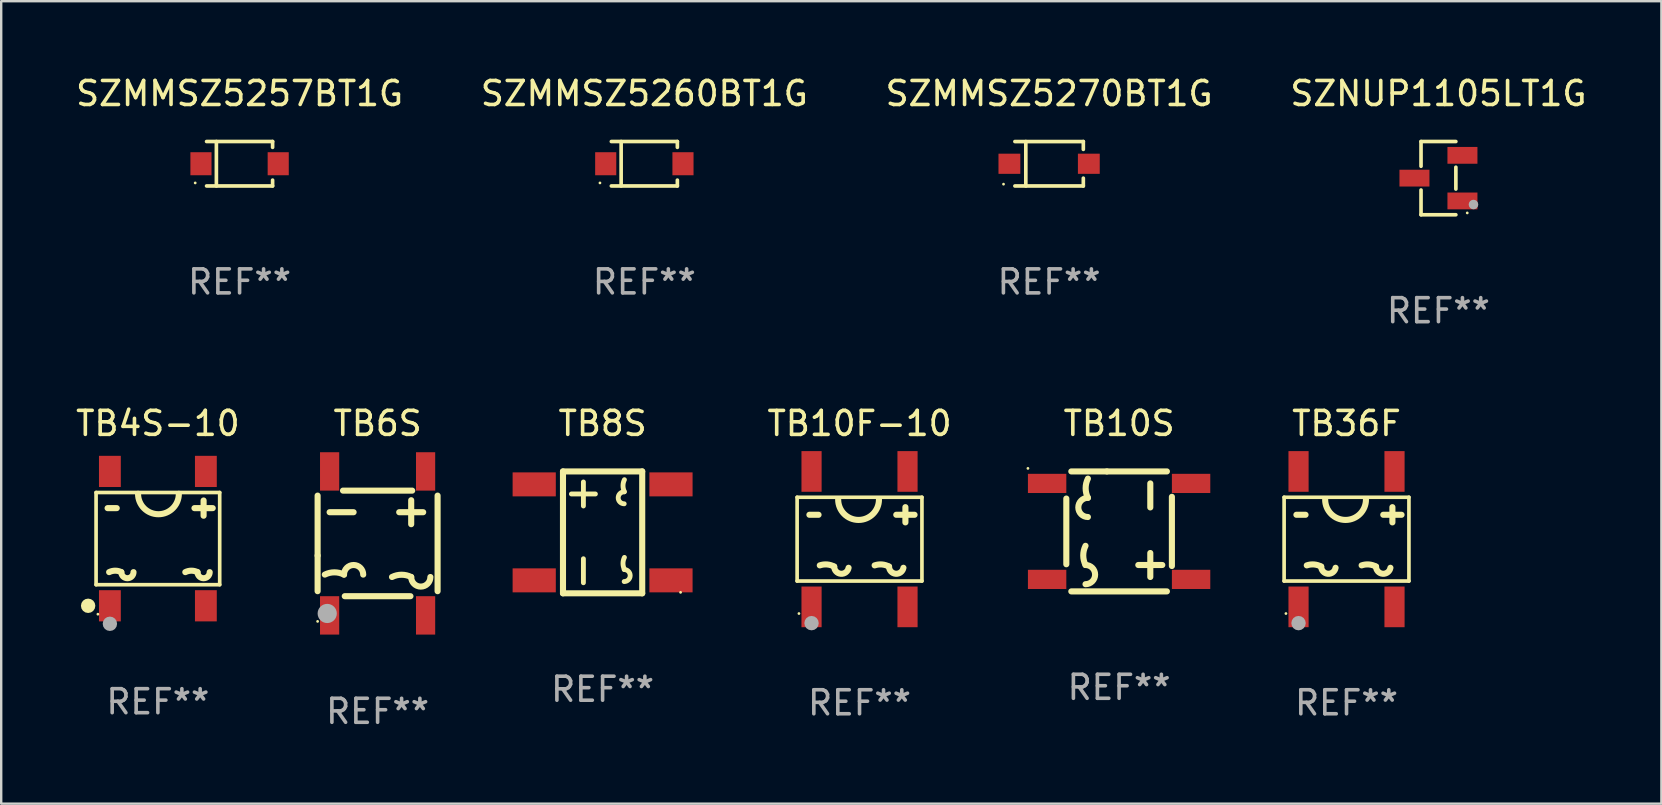
<source format=kicad_pcb>
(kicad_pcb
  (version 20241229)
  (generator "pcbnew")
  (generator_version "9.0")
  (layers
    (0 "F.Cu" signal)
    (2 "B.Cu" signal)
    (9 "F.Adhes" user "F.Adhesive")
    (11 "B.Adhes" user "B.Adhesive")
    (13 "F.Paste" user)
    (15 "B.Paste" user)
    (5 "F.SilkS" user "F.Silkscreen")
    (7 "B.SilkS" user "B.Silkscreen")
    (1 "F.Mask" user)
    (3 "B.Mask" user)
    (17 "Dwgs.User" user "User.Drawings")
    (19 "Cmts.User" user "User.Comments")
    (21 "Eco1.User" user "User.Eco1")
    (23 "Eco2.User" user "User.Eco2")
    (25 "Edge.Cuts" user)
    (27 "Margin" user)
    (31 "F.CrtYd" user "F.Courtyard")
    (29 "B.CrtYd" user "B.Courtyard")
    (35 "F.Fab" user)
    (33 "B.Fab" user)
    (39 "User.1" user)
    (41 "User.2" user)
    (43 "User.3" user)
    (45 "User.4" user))
  (footprint "TB4S-10"
    (layer "F.Cu")
    (at 3.53 19.397)
    (property "Reference" "TB4S-10" (at 0 -4.8 0) (layer "F.SilkS") (effects (font (size 1 1) (thickness 0.15))))
    (attr through_hole)
    (fp_line (start -2.576 -1.921) (end 2.576 -1.921) (stroke (width 0.152) (type solid)) (layer "F.SilkS"))
    (fp_line (start -2.576 1.921) (end -2.576 -1.921) (stroke (width 0.152) (type solid)) (layer "F.SilkS"))
    (fp_line (start -2.096 -1.27) (end -1.715 -1.27) (stroke (width 0.254) (type solid)) (layer "F.SilkS"))
    (fp_line (start 1.524 -1.27) (end 2.286 -1.27) (stroke (width 0.254) (type solid)) (layer "F.SilkS"))
    (fp_line (start 1.905 -1.588) (end 1.905 -0.953) (stroke (width 0.254) (type solid)) (layer "F.SilkS"))
    (fp_line (start 2.576 -1.921) (end 2.576 1.921) (stroke (width 0.152) (type solid)) (layer "F.SilkS"))
    (fp_line (start 2.576 1.921) (end -2.576 1.921) (stroke (width 0.152) (type solid)) (layer "F.SilkS"))
    (fp_arc (start -2.032004 1.397003) (mid -1.778004 1.337042) (end -1.524003 1.397003) (stroke (width 0.254001) (type solid)) (layer "F.SilkS"))
    (fp_arc (start -1.016002 1.397003) (mid -1.270003 1.651004) (end -1.524004 1.397003) (stroke (width 0.254001) (type solid)) (layer "F.SilkS"))
    (fp_arc (start 0.873381 -1.86571) (mid 0.023355 -1.015824) (end -0.826671 -1.865711) (stroke (width 0.254001) (type solid)) (layer "F.SilkS"))
    (fp_arc (start 1.143002 1.397003) (mid 1.397003 1.337041) (end 1.651003 1.397003) (stroke (width 0.254001) (type solid)) (layer "F.SilkS"))
    (fp_arc (start 2.159004 1.397003) (mid 1.905004 1.651003) (end 1.651004 1.397003) (stroke (width 0.254001) (type solid)) (layer "F.SilkS"))
    (fp_circle (center -2.907 2.8) (end -2.757 2.8) (stroke (width 0.3) (type solid)) (fill no) (layer "F.SilkS"))
    (fp_circle (center -2.5 3.15) (end -2.47 3.15) (stroke (width 0.06) (type solid)) (fill no) (layer "F.SilkS"))
    (fp_circle (center -2 3.55) (end -1.85 3.55) (stroke (width 0.3) (type solid)) (fill no) (layer "F.Fab"))
    (fp_text user "REF**" (at 0 6.8 0) (layer "F.Fab") (effects (font (size 1 1) (thickness 0.15))))
    (pad "1" smd rect (at -2 2.8) (size 0.91 1.3) (layers "F.Cu" "F.Mask" "F.Paste"))
    (pad "2" smd rect (at 2 2.8) (size 0.91 1.3) (layers "F.Cu" "F.Mask" "F.Paste"))
    (pad "3" smd rect (at 2 -2.8) (size 0.91 1.3) (layers "F.Cu" "F.Mask" "F.Paste"))
    (pad "4" smd rect (at -2 -2.8) (size 0.91 1.3) (layers "F.Cu" "F.Mask" "F.Paste")))
  (footprint "TB10S"
    (layer "F.Cu")
    (at 43.59 19.097)
    (property "Reference" "TB10S" (at 0 -4.5 0) (layer "F.SilkS") (effects (font (size 1 1) (thickness 0.15))))
    (attr through_hole)
    (fp_line (start -2.2 -1.369) (end -2.2 1.369) (stroke (width 0.254) (type solid)) (layer "F.SilkS"))
    (fp_line (start -1.992 -2.5) (end -0.508 -2.5) (stroke (width 0.254) (type solid)) (layer "F.SilkS"))
    (fp_line (start 0.8 1.4) (end 1.8 1.4) (stroke (width 0.254) (type solid)) (layer "F.SilkS"))
    (fp_line (start 1.3 -2) (end 1.3 -1) (stroke (width 0.254) (type solid)) (layer "F.SilkS"))
    (fp_line (start 1.3 0.9) (end 1.3 1.9) (stroke (width 0.254) (type solid)) (layer "F.SilkS"))
    (fp_line (start 1.992 -2.5) (end -0.508 -2.5) (stroke (width 0.254) (type solid)) (layer "F.SilkS"))
    (fp_line (start 1.992 2.5) (end -1.992 2.5) (stroke (width 0.254) (type solid)) (layer "F.SilkS"))
    (fp_line (start 2.2 -1.442) (end 2.2 1.442) (stroke (width 0.254) (type solid)) (layer "F.SilkS"))
    (fp_arc (start -1.400051 1.4) (mid -1.000051 1.8) (end -1.400051 2.2) (stroke (width 0.254001) (type solid)) (layer "F.SilkS"))
    (fp_arc (start -1.4 1.4) (mid -1.494427 1) (end -1.4 0.6) (stroke (width 0.254001) (type solid)) (layer "F.SilkS"))
    (fp_arc (start -1.300051 -0.6) (mid -1.700051 -1) (end -1.300051 -1.4) (stroke (width 0.254001) (type solid)) (layer "F.SilkS"))
    (fp_arc (start -1.3 -1.4) (mid -1.394427 -1.8) (end -1.3 -2.2) (stroke (width 0.254001) (type solid)) (layer "F.SilkS"))
    (fp_circle (center -3.8 -2.627) (end -3.77 -2.627) (stroke (width 0.06) (type solid)) (fill no) (layer "F.SilkS"))
    (fp_text user "REF**" (at 0 6.5 0) (layer "F.Fab") (effects (font (size 1 1) (thickness 0.15))))
    (pad "1" smd rect (at -3 -2 180) (size 1.6 0.8) (layers "F.Cu" "F.Mask" "F.Paste"))
    (pad "2" smd rect (at -3 2 180) (size 1.6 0.8) (layers "F.Cu" "F.Mask" "F.Paste"))
    (pad "3" smd rect (at 3 2 180) (size 1.6 0.8) (layers "F.Cu" "F.Mask" "F.Paste"))
    (pad "4" smd rect (at 3 -2 180) (size 1.6 0.8) (layers "F.Cu" "F.Mask" "F.Paste")))
  (footprint "TB10F-10"
    (layer "F.Cu")
    (at 32.772 19.42)
    (property "Reference" "TB10F-10" (at 0 -4.822 0) (layer "F.SilkS") (effects (font (size 1 1) (thickness 0.15))))
    (attr through_hole)
    (fp_line (start -2.601 -1.746) (end 2.601 -1.746) (stroke (width 0.152) (type solid)) (layer "F.SilkS"))
    (fp_line (start -2.601 1.746) (end -2.601 -1.746) (stroke (width 0.152) (type solid)) (layer "F.SilkS"))
    (fp_line (start -2.089 -1.016) (end -1.708 -1.016) (stroke (width 0.254) (type solid)) (layer "F.SilkS"))
    (fp_line (start 1.531 -1.016) (end 2.293 -1.016) (stroke (width 0.254) (type solid)) (layer "F.SilkS"))
    (fp_line (start 1.912 -1.334) (end 1.912 -0.699) (stroke (width 0.254) (type solid)) (layer "F.SilkS"))
    (fp_line (start 2.601 -1.746) (end 2.601 1.746) (stroke (width 0.152) (type solid)) (layer "F.SilkS"))
    (fp_line (start 2.601 1.746) (end -2.601 1.746) (stroke (width 0.152) (type solid)) (layer "F.SilkS"))
    (fp_arc (start -1.656452 1.092837) (mid -1.351146 1.054876) (end -1.05635 1.142901) (stroke (width 0.254001) (type solid)) (layer "F.SilkS"))
    (fp_arc (start -0.456375 1.192888) (mid -0.779275 1.442901) (end -1.056351 1.142901) (stroke (width 0.254001) (type solid)) (layer "F.SilkS"))
    (fp_arc (start 0.629553 1.092837) (mid 0.934859 1.054876) (end 1.229655 1.142901) (stroke (width 0.254001) (type solid)) (layer "F.SilkS"))
    (fp_arc (start 0.809665 -1.651105) (mid -0.040361 -0.801219) (end -0.890387 -1.651106) (stroke (width 0.254001) (type solid)) (layer "F.SilkS"))
    (fp_arc (start 1.829629 1.192888) (mid 1.50673 1.4429) (end 1.229655 1.142901) (stroke (width 0.254001) (type solid)) (layer "F.SilkS"))
    (fp_circle (center -2.525 3.1) (end -2.495 3.1) (stroke (width 0.06) (type solid)) (fill no) (layer "F.SilkS"))
    (fp_circle (center -2 3.5) (end -1.85 3.5) (stroke (width 0.3) (type solid)) (fill no) (layer "F.Fab"))
    (fp_text user "REF**" (at 0 6.822 0) (layer "F.Fab") (effects (font (size 1 1) (thickness 0.15))))
    (pad "1" smd rect (at -2 2.822) (size 0.84 1.695) (layers "F.Cu" "F.Mask" "F.Paste"))
    (pad "2" smd rect (at 2 2.822) (size 0.84 1.695) (layers "F.Cu" "F.Mask" "F.Paste"))
    (pad "3" smd rect (at 2 -2.822) (size 0.84 1.695) (layers "F.Cu" "F.Mask" "F.Paste"))
    (pad "4" smd rect (at -2 -2.822) (size 0.84 1.695) (layers "F.Cu" "F.Mask" "F.Paste")))
  (footprint "SZMMSZ5260BT1G"
    (layer "F.Cu")
    (at 23.804 3.774)
    (property "Reference" "SZMMSZ5260BT1G" (at 0 -2.926 0) (layer "F.SilkS") (effects (font (size 1 1) (thickness 0.15))))
    (attr through_hole)
    (fp_line (start -1.376 -0.926) (end 1.376 -0.926) (stroke (width 0.152) (type solid)) (layer "F.SilkS"))
    (fp_line (start -1.376 0.926) (end 1.376 0.926) (stroke (width 0.152) (type solid)) (layer "F.SilkS"))
    (fp_line (start -0.967 -0.926) (end -0.967 0.926) (stroke (width 0.152) (type solid)) (layer "F.SilkS"))
    (fp_line (start 1.376 -0.926) (end 1.376 -0.683) (stroke (width 0.152) (type solid)) (layer "F.SilkS"))
    (fp_line (start 1.376 0.926) (end 1.376 0.683) (stroke (width 0.152) (type solid)) (layer "F.SilkS"))
    (fp_circle (center -1.85 0.8) (end -1.82 0.8) (stroke (width 0.06) (type solid)) (fill no) (layer "F.SilkS"))
    (fp_text user "REF**" (at 0 4.926 0) (layer "F.Fab") (effects (font (size 1 1) (thickness 0.15))))
    (pad "1" smd rect (at -1.61 0) (size 0.88 0.96) (layers "F.Cu" "F.Mask" "F.Paste"))
    (pad "2" smd rect (at 1.61 0) (size 0.88 0.96) (layers "F.Cu" "F.Mask" "F.Paste")))
  (footprint "TB6S"
    (layer "F.Cu")
    (at 12.687 19.597)
    (property "Reference" "TB6S" (at 0 -5 0) (layer "F.SilkS") (effects (font (size 1 1) (thickness 0.15))))
    (attr through_hole)
    (fp_line (start -2.5 -1.992) (end -2.5 0.508) (stroke (width 0.254) (type solid)) (layer "F.SilkS"))
    (fp_line (start -2.5 1.992) (end -2.5 0.508) (stroke (width 0.254) (type solid)) (layer "F.SilkS"))
    (fp_line (start -2 -1.3) (end -1 -1.3) (stroke (width 0.254) (type solid)) (layer "F.SilkS"))
    (fp_line (start -1.442 -2.2) (end 1.442 -2.2) (stroke (width 0.254) (type solid)) (layer "F.SilkS"))
    (fp_line (start -1.369 2.2) (end 1.369 2.2) (stroke (width 0.254) (type solid)) (layer "F.SilkS"))
    (fp_line (start 0.9 -1.3) (end 1.9 -1.3) (stroke (width 0.254) (type solid)) (layer "F.SilkS"))
    (fp_line (start 1.4 -0.8) (end 1.4 -1.8) (stroke (width 0.254) (type solid)) (layer "F.SilkS"))
    (fp_line (start 2.5 -1.992) (end 2.5 1.992) (stroke (width 0.254) (type solid)) (layer "F.SilkS"))
    (fp_arc (start -2.2 1.3) (mid -1.8 1.205573) (end -1.4 1.3) (stroke (width 0.254001) (type solid)) (layer "F.SilkS"))
    (fp_arc (start -1.4 1.300051) (mid -1 0.900051) (end -0.6 1.300051) (stroke (width 0.254001) (type solid)) (layer "F.SilkS"))
    (fp_arc (start 0.6 1.4) (mid 1 1.305573) (end 1.4 1.4) (stroke (width 0.254001) (type solid)) (layer "F.SilkS"))
    (fp_arc (start 2.2 1.400051) (mid 1.8 1.800051) (end 1.4 1.400051) (stroke (width 0.254001) (type solid)) (layer "F.SilkS"))
    (fp_circle (center -2.5 3.25) (end -2.47 3.25) (stroke (width 0.06) (type solid)) (fill no) (layer "F.SilkS"))
    (fp_circle (center -2.1 2.92) (end -1.9 2.92) (stroke (width 0.4) (type solid)) (fill no) (layer "F.Fab"))
    (fp_text user "REF**" (at 0 7 0) (layer "F.Fab") (effects (font (size 1 1) (thickness 0.15))))
    (pad "1" smd rect (at -2 3 270) (size 1.6 0.8) (layers "F.Cu" "F.Mask" "F.Paste"))
    (pad "2" smd rect (at 2 3 270) (size 1.6 0.8) (layers "F.Cu" "F.Mask" "F.Paste"))
    (pad "3" smd rect (at 2 -3 270) (size 1.6 0.8) (layers "F.Cu" "F.Mask" "F.Paste"))
    (pad "4" smd rect (at -2 -3 270) (size 1.6 0.8) (layers "F.Cu" "F.Mask" "F.Paste")))
  (footprint "TB8S"
    (layer "F.Cu")
    (at 22.064 19.137)
    (property "Reference" "TB8S" (at 0 -4.54 0) (layer "F.SilkS") (effects (font (size 1 1) (thickness 0.15))))
    (attr through_hole)
    (fp_line (start -1.651 -2.54) (end 1.651 -2.54) (stroke (width 0.254) (type solid)) (layer "F.SilkS"))
    (fp_line (start -1.651 2.54) (end -1.651 -2.54) (stroke (width 0.254) (type solid)) (layer "F.SilkS"))
    (fp_line (start -0.8 -1.1) (end -0.8 -2.1) (stroke (width 0.203) (type solid)) (layer "F.SilkS"))
    (fp_line (start -0.8 2.1) (end -0.8 1.1) (stroke (width 0.203) (type solid)) (layer "F.SilkS"))
    (fp_line (start -0.3 -1.6) (end -1.3 -1.6) (stroke (width 0.203) (type solid)) (layer "F.SilkS"))
    (fp_line (start 1.651 -2.54) (end 1.651 2.54) (stroke (width 0.254) (type solid)) (layer "F.SilkS"))
    (fp_line (start 1.651 2.54) (end -1.651 2.54) (stroke (width 0.254) (type solid)) (layer "F.SilkS"))
    (fp_arc (start 0.899161 1.549404) (mid 1.149161 1.799594) (end 0.899162 2.049784) (stroke (width 0.2032) (type solid)) (layer "F.SilkS"))
    (fp_arc (start 0.899162 -1.191262) (mid 0.651318 -1.440183) (end 0.899161 -1.689104) (stroke (width 0.2032) (type solid)) (layer "F.SilkS"))
    (fp_arc (start 0.909321 1.544323) (mid 0.850239 1.294132) (end 0.909322 1.043942) (stroke (width 0.2032) (type solid)) (layer "F.SilkS"))
    (fp_arc (start 0.909322 -1.694184) (mid 0.85024 -1.944374) (end 0.909322 -2.194564) (stroke (width 0.2032) (type solid)) (layer "F.SilkS"))
    (fp_circle (center 3.25 2.5) (end 3.28 2.5) (stroke (width 0.06) (type solid)) (fill no) (layer "F.SilkS"))
    (fp_text user "REF**" (at 0 6.54 0) (layer "F.Fab") (effects (font (size 1 1) (thickness 0.15))))
    (pad "1" smd rect (at 2.85 2 90) (size 1 1.8) (layers "F.Cu" "F.Mask" "F.Paste"))
    (pad "2" smd rect (at -2.85 -2 90) (size 1 1.8) (layers "F.Cu" "F.Mask" "F.Paste"))
    (pad "3" smd rect (at 2.85 -2 90) (size 1 1.8) (layers "F.Cu" "F.Mask" "F.Paste"))
    (pad "4" smd rect (at -2.85 2 90) (size 1 1.8) (layers "F.Cu" "F.Mask" "F.Paste")))
  (footprint "SZNUP1105LT1G"
    (layer "F.Cu")
    (at 56.899 4.374)
    (property "Reference" "SZNUP1105LT1G" (at 0 -3.526 0) (layer "F.SilkS") (effects (font (size 1 1) (thickness 0.15))))
    (attr through_hole)
    (fp_line (start -0.726 -1.526) (end -0.726 -0.495) (stroke (width 0.152) (type solid)) (layer "F.SilkS"))
    (fp_line (start -0.726 1.526) (end -0.726 0.495) (stroke (width 0.152) (type solid)) (layer "F.SilkS"))
    (fp_line (start 0.726 -1.526) (end -0.726 -1.526) (stroke (width 0.152) (type solid)) (layer "F.SilkS"))
    (fp_line (start 0.726 -0.455) (end 0.726 0.455) (stroke (width 0.152) (type solid)) (layer "F.SilkS"))
    (fp_line (start 0.726 1.526) (end -0.726 1.526) (stroke (width 0.152) (type solid)) (layer "F.SilkS"))
    (fp_circle (center 1.2 1.45) (end 1.23 1.45) (stroke (width 0.06) (type solid)) (fill no) (layer "F.SilkS"))
    (fp_circle (center 1.46 1.1) (end 1.56 1.1) (stroke (width 0.2) (type solid)) (fill no) (layer "F.Fab"))
    (fp_text user "REF**" (at 0 5.526 0) (layer "F.Fab") (effects (font (size 1 1) (thickness 0.15))))
    (pad "1" smd rect (at 1 0.95) (size 1.25 0.7) (layers "F.Cu" "F.Mask" "F.Paste"))
    (pad "2" smd rect (at 1 -0.95) (size 1.25 0.7) (layers "F.Cu" "F.Mask" "F.Paste"))
    (pad "3" smd rect (at -1 0) (size 1.25 0.7) (layers "F.Cu" "F.Mask" "F.Paste")))
  (footprint "SZMMSZ5270BT1G"
    (layer "F.Cu")
    (at 40.673 3.775)
    (property "Reference" "SZMMSZ5270BT1G" (at 0 -2.926 0) (layer "F.SilkS") (effects (font (size 1 1) (thickness 0.15))))
    (attr through_hole)
    (fp_line (start -1.426 0.926) (end 1.426 0.926) (stroke (width 0.152) (type solid)) (layer "F.SilkS"))
    (fp_line (start -1.426 -0.926) (end 1.426 -0.926) (stroke (width 0.152) (type solid)) (layer "F.SilkS"))
    (fp_line (start -0.971 0.926) (end -0.971 -0.926) (stroke (width 0.152) (type solid)) (layer "F.SilkS"))
    (fp_line (start 1.426 -0.926) (end 1.426 -0.6) (stroke (width 0.152) (type solid)) (layer "F.SilkS"))
    (fp_line (start 1.426 0.6) (end 1.426 0.926) (stroke (width 0.152) (type solid)) (layer "F.SilkS"))
    (fp_circle (center -1.9 0.85) (end -1.87 0.85) (stroke (width 0.06) (type solid)) (fill no) (layer "F.SilkS"))
    (fp_text user "REF**" (at 0 4.926 0) (layer "F.Fab") (effects (font (size 1 1) (thickness 0.15))))
    (pad "1" smd rect (at -1.655 -0.000064) (size 0.91 0.84) (layers "F.Cu" "F.Mask" "F.Paste"))
    (pad "2" smd rect (at 1.655 -0.000064) (size 0.91 0.84) (layers "F.Cu" "F.Mask" "F.Paste")))
  (footprint "TB36F"
    (layer "F.Cu")
    (at 53.068 19.42)
    (property "Reference" "TB36F" (at 0 -4.822 0) (layer "F.SilkS") (effects (font (size 1 1) (thickness 0.15))))
    (attr through_hole)
    (fp_line (start -2.601 -1.746) (end 2.601 -1.746) (stroke (width 0.152) (type solid)) (layer "F.SilkS"))
    (fp_line (start -2.601 1.746) (end -2.601 -1.746) (stroke (width 0.152) (type solid)) (layer "F.SilkS"))
    (fp_line (start -2.089 -1.016) (end -1.708 -1.016) (stroke (width 0.254) (type solid)) (layer "F.SilkS"))
    (fp_line (start 1.531 -1.016) (end 2.293 -1.016) (stroke (width 0.254) (type solid)) (layer "F.SilkS"))
    (fp_line (start 1.912 -1.334) (end 1.912 -0.699) (stroke (width 0.254) (type solid)) (layer "F.SilkS"))
    (fp_line (start 2.601 -1.746) (end 2.601 1.746) (stroke (width 0.152) (type solid)) (layer "F.SilkS"))
    (fp_line (start 2.601 1.746) (end -2.601 1.746) (stroke (width 0.152) (type solid)) (layer "F.SilkS"))
    (fp_arc (start -1.656452 1.092837) (mid -1.351146 1.054876) (end -1.05635 1.142901) (stroke (width 0.254001) (type solid)) (layer "F.SilkS"))
    (fp_arc (start -0.456375 1.192888) (mid -0.779275 1.442901) (end -1.056351 1.142901) (stroke (width 0.254001) (type solid)) (layer "F.SilkS"))
    (fp_arc (start 0.629553 1.092837) (mid 0.934859 1.054876) (end 1.229655 1.142901) (stroke (width 0.254001) (type solid)) (layer "F.SilkS"))
    (fp_arc (start 0.809665 -1.651105) (mid -0.040361 -0.801219) (end -0.890387 -1.651106) (stroke (width 0.254001) (type solid)) (layer "F.SilkS"))
    (fp_arc (start 1.829629 1.192888) (mid 1.50673 1.4429) (end 1.229655 1.142901) (stroke (width 0.254001) (type solid)) (layer "F.SilkS"))
    (fp_circle (center -2.525 3.1) (end -2.495 3.1) (stroke (width 0.06) (type solid)) (fill no) (layer "F.SilkS"))
    (fp_circle (center -2 3.5) (end -1.85 3.5) (stroke (width 0.3) (type solid)) (fill no) (layer "F.Fab"))
    (fp_text user "REF**" (at 0 6.822 0) (layer "F.Fab") (effects (font (size 1 1) (thickness 0.15))))
    (pad "1" smd rect (at -2 2.822) (size 0.84 1.695) (layers "F.Cu" "F.Mask" "F.Paste"))
    (pad "2" smd rect (at 2 2.822) (size 0.84 1.695) (layers "F.Cu" "F.Mask" "F.Paste"))
    (pad "3" smd rect (at 2 -2.822) (size 0.84 1.695) (layers "F.Cu" "F.Mask" "F.Paste"))
    (pad "4" smd rect (at -2 -2.822) (size 0.84 1.695) (layers "F.Cu" "F.Mask" "F.Paste")))
  (footprint "SZMMSZ5257BT1G"
    (layer "F.Cu")
    (at 6.935 3.774)
    (property "Reference" "SZMMSZ5257BT1G" (at 0 -2.926 0) (layer "F.SilkS") (effects (font (size 1 1) (thickness 0.15))))
    (attr through_hole)
    (fp_line (start -1.376 -0.926) (end 1.376 -0.926) (stroke (width 0.152) (type solid)) (layer "F.SilkS"))
    (fp_line (start -1.376 0.926) (end 1.376 0.926) (stroke (width 0.152) (type solid)) (layer "F.SilkS"))
    (fp_line (start -0.967 -0.926) (end -0.967 0.926) (stroke (width 0.152) (type solid)) (layer "F.SilkS"))
    (fp_line (start 1.376 -0.926) (end 1.376 -0.683) (stroke (width 0.152) (type solid)) (layer "F.SilkS"))
    (fp_line (start 1.376 0.926) (end 1.376 0.683) (stroke (width 0.152) (type solid)) (layer "F.SilkS"))
    (fp_circle (center -1.85 0.8) (end -1.82 0.8) (stroke (width 0.06) (type solid)) (fill no) (layer "F.SilkS"))
    (fp_text user "REF**" (at 0 4.926 0) (layer "F.Fab") (effects (font (size 1 1) (thickness 0.15))))
    (pad "1" smd rect (at -1.61 -0.000076) (size 0.88 0.96) (layers "F.Cu" "F.Mask" "F.Paste"))
    (pad "2" smd rect (at 1.61 -0.000076) (size 0.88 0.96) (layers "F.Cu" "F.Mask" "F.Paste")))
  (gr_rect
    (start -3 -3)
    (end 66.19 30.445)
    (stroke (width 0.1) (type default))
    (fill no)
    (layer "Edge.Cuts")))
</source>
